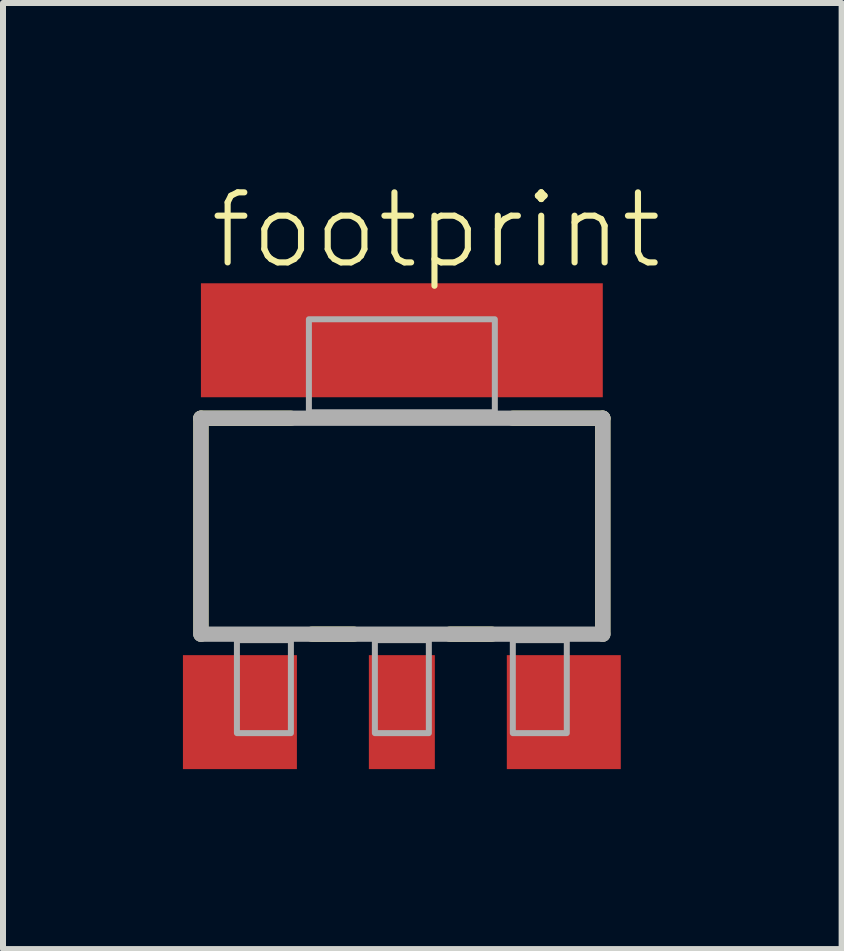
<source format=kicad_pcb>
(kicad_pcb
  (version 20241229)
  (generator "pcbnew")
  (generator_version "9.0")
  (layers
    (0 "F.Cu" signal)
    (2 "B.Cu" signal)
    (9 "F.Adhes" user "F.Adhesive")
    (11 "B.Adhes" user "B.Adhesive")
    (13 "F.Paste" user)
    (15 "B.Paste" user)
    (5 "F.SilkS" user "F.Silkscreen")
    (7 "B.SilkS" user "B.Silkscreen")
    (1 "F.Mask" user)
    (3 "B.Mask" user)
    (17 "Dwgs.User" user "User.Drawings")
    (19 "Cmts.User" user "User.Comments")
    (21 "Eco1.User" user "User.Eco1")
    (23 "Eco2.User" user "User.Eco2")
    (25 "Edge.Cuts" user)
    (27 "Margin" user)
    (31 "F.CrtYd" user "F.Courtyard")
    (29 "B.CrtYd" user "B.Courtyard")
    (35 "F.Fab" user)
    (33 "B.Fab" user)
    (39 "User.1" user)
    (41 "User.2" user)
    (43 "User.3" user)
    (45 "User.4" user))
  (footprint "footprint"
    (layer "F.Cu")
    (at 3.65 5.723)
    (property "Reference" "footprint" (at -3.25 -4.25 0) (layer "F.SilkS") (effects (font (size 1.168 1.168) (thickness 0.102)) (justify left bottom)))
    (fp_line (start -3.35 -1.8) (end -1.85 -1.8) (stroke (width 0.254) (type solid)) (layer "F.SilkS"))
    (fp_line (start -3.35 1.8) (end -3.35 -1.8) (stroke (width 0.254) (type solid)) (layer "F.SilkS"))
    (fp_line (start -1.5 1.8) (end -0.8 1.8) (stroke (width 0.254) (type solid)) (layer "F.SilkS"))
    (fp_line (start 0.8 1.8) (end 1.5 1.8) (stroke (width 0.254) (type solid)) (layer "F.SilkS"))
    (fp_line (start 3.35 -1.8) (end 1.85 -1.8) (stroke (width 0.254) (type solid)) (layer "F.SilkS"))
    (fp_line (start 3.35 1.8) (end 3.35 -1.8) (stroke (width 0.254) (type solid)) (layer "F.SilkS"))
    (fp_line (start -3.35 -1.8) (end -3.35 1.8) (stroke (width 0.254) (type solid)) (layer "F.Fab"))
    (fp_line (start -3.35 1.8) (end 3.35 1.8) (stroke (width 0.254) (type solid)) (layer "F.Fab"))
    (fp_line (start 3.35 -1.8) (end -3.35 -1.8) (stroke (width 0.254) (type solid)) (layer "F.Fab"))
    (fp_line (start 3.35 1.8) (end 3.35 -1.8) (stroke (width 0.254) (type solid)) (layer "F.Fab"))
    (fp_poly (pts (xy -2.75 3.45) (xy -1.85 3.45) (xy -1.85 1.9) (xy -2.75 1.9)) (stroke (width 0.1) (type solid)) (fill no) (layer "F.Fab"))
    (fp_poly (pts (xy -1.55 -1.9) (xy 1.55 -1.9) (xy 1.55 -3.45) (xy -1.55 -3.45)) (stroke (width 0.1) (type solid)) (fill no) (layer "F.Fab"))
    (fp_poly (pts (xy -0.45 3.45) (xy 0.45 3.45) (xy 0.45 1.9) (xy -0.45 1.9)) (stroke (width 0.1) (type solid)) (fill no) (layer "F.Fab"))
    (fp_poly (pts (xy 1.85 3.45) (xy 2.75 3.45) (xy 2.75 1.9) (xy 1.85 1.9)) (stroke (width 0.1) (type solid)) (fill no) (layer "F.Fab"))
    (pad "1" smd rect (at -2.7 3.1) (size 1.9 1.9) (layers "F.Cu" "F.Mask" "F.Paste"))
    (pad "2" smd rect (at 0 3.1) (size 1.1 1.9) (layers "F.Cu" "F.Mask" "F.Paste"))
    (pad "3" smd rect (at 2.7 3.1) (size 1.9 1.9) (layers "F.Cu" "F.Mask" "F.Paste"))
    (pad "4" smd rect (at 0 -3.1) (size 6.7 1.9) (layers "F.Cu" "F.Mask" "F.Paste")))
  (gr_rect
    (start -3 -3)
    (end 10.982 12.773)
    (stroke (width 0.1) (type default))
    (fill no)
    (layer "Edge.Cuts")))
</source>
